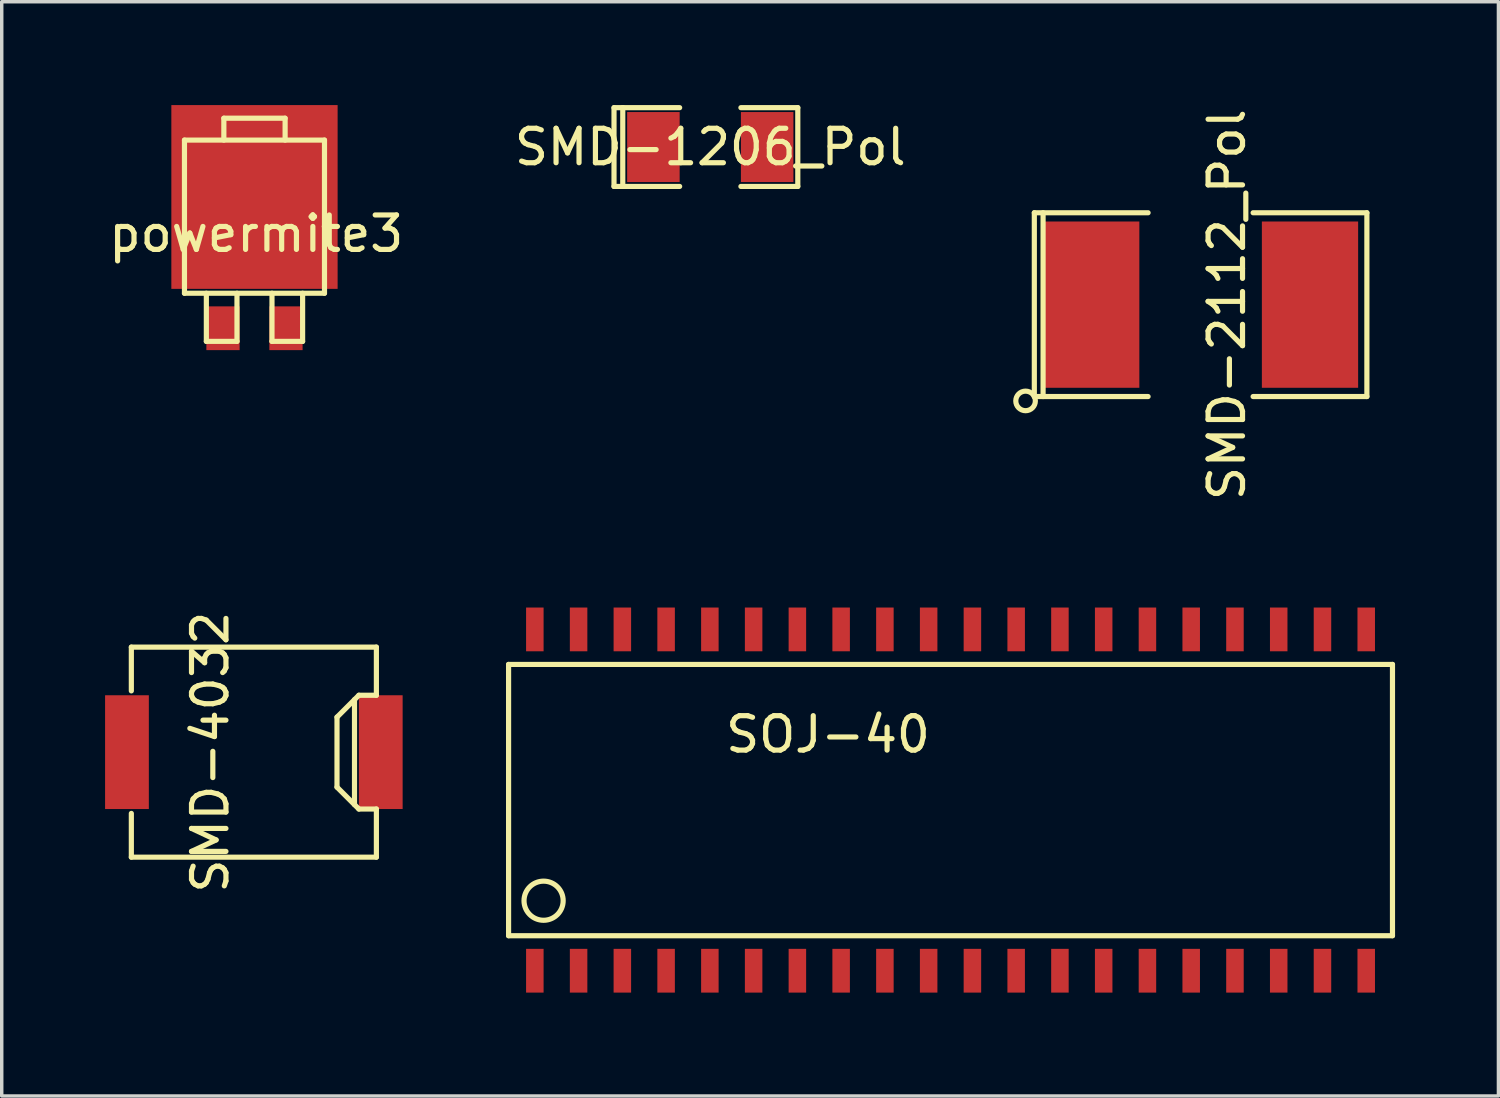
<source format=kicad_pcb>
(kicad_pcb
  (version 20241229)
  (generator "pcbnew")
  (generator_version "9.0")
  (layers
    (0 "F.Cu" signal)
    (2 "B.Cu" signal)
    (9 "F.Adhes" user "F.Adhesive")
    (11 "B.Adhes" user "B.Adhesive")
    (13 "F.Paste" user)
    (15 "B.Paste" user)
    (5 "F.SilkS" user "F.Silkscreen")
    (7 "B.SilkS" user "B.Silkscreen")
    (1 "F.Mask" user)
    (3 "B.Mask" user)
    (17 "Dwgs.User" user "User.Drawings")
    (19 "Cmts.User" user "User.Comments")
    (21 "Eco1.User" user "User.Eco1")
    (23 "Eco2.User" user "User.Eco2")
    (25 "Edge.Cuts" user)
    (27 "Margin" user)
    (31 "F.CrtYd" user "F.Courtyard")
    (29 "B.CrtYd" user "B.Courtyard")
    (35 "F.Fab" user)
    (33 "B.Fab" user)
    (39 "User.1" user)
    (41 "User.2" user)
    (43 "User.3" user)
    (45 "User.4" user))
  (footprint "SMD-2112_Pol"
    (layer "F.Cu")
    (at 31.796 5.792)
    (property "Reference" "SMD-2112_Pol" (at 0.762 0 90) (layer "F.SilkS") (effects (font (size 1 1) (thickness 0.15))))
    (attr smd)
    (fp_line (start -4.826 -2.667) (end -4.826 2.667) (stroke (width 0.15) (type solid)) (layer "F.SilkS"))
    (fp_line (start -4.572 -2.667) (end -4.572 2.667) (stroke (width 0.15) (type solid)) (layer "F.SilkS"))
    (fp_line (start -1.524 -2.667) (end -4.826 -2.667) (stroke (width 0.15) (type solid)) (layer "F.SilkS"))
    (fp_line (start -1.524 2.667) (end -4.826 2.667) (stroke (width 0.15) (type solid)) (layer "F.SilkS"))
    (fp_line (start 1.524 -2.667) (end 4.826 -2.667) (stroke (width 0.15) (type solid)) (layer "F.SilkS"))
    (fp_line (start 4.826 -2.667) (end 4.826 2.667) (stroke (width 0.15) (type solid)) (layer "F.SilkS"))
    (fp_line (start 4.826 2.667) (end 1.524 2.667) (stroke (width 0.15) (type solid)) (layer "F.SilkS"))
    (fp_circle (center -5.08 2.794) (end -4.826 2.667) (stroke (width 0.15) (type solid)) (fill no) (layer "F.SilkS"))
    (pad "1" smd rect (at -3.175 0) (size 2.794 4.826) (layers "F.Cu" "F.Mask" "F.Paste"))
    (pad "2" smd rect (at 3.175 0) (size 2.794 4.826) (layers "F.Cu" "F.Mask" "F.Paste")))
  (footprint "SMD-4032"
    (layer "F.Cu")
    (at 4.318 18.78)
    (property "Reference" "SMD-4032" (at -1.265 0 90) (layer "F.SilkS") (effects (font (size 1 1) (thickness 0.15))))
    (attr smd)
    (fp_line (start -3.556 -3.048) (end -3.556 -1.778) (stroke (width 0.15) (type solid)) (layer "F.SilkS"))
    (fp_line (start -3.556 -3.048) (end 3.556 -3.048) (stroke (width 0.15) (type solid)) (layer "F.SilkS"))
    (fp_line (start -3.556 3.048) (end -3.556 1.778) (stroke (width 0.15) (type solid)) (layer "F.SilkS"))
    (fp_line (start 2.413 1.016) (end 2.413 -1.016) (stroke (width 0.15) (type solid)) (layer "F.SilkS"))
    (fp_line (start 2.921 -1.524) (end 2.921 1.524) (stroke (width 0.15) (type solid)) (layer "F.SilkS"))
    (fp_line (start 3.048 -1.651) (end 2.413 -1.016) (stroke (width 0.15) (type solid)) (layer "F.SilkS"))
    (fp_line (start 3.048 1.651) (end 2.413 1.016) (stroke (width 0.15) (type solid)) (layer "F.SilkS"))
    (fp_line (start 3.556 -1.651) (end 3.048 -1.651) (stroke (width 0.15) (type solid)) (layer "F.SilkS"))
    (fp_line (start 3.556 -1.651) (end 3.556 -3.048) (stroke (width 0.15) (type solid)) (layer "F.SilkS"))
    (fp_line (start 3.556 1.651) (end 3.048 1.651) (stroke (width 0.15) (type solid)) (layer "F.SilkS"))
    (fp_line (start 3.556 3.048) (end -3.556 3.048) (stroke (width 0.15) (type solid)) (layer "F.SilkS"))
    (fp_line (start 3.556 3.048) (end 3.556 1.651) (stroke (width 0.15) (type solid)) (layer "F.SilkS"))
    (pad "1" smd rect (at -3.683 0) (size 1.27 3.302) (layers "F.Cu" "F.Mask" "F.Paste"))
    (pad "2" smd rect (at 3.683 0) (size 1.27 3.302) (layers "F.Cu" "F.Mask" "F.Paste")))
  (footprint "powermite3"
    (layer "F.Cu")
    (at 4.336 4.572)
    (property "Reference" "powermite3" (at 0.051 -0.838 0) (layer "F.SilkS") (effects (font (size 1 1) (thickness 0.15))))
    (attr smd)
    (fp_line (start -2.032 -3.556) (end -2.032 0.889) (stroke (width 0.15) (type solid)) (layer "F.SilkS"))
    (fp_line (start -2.032 0.889) (end 2.032 0.889) (stroke (width 0.15) (type solid)) (layer "F.SilkS"))
    (fp_line (start -1.397 2.286) (end -1.397 0.889) (stroke (width 0.15) (type solid)) (layer "F.SilkS"))
    (fp_line (start -1.397 2.286) (end -0.508 2.286) (stroke (width 0.15) (type solid)) (layer "F.SilkS"))
    (fp_line (start -0.889 -4.191) (end 0.889 -4.191) (stroke (width 0.15) (type solid)) (layer "F.SilkS"))
    (fp_line (start -0.889 -3.556) (end -0.889 -4.191) (stroke (width 0.15) (type solid)) (layer "F.SilkS"))
    (fp_line (start -0.508 2.286) (end -0.508 0.889) (stroke (width 0.15) (type solid)) (layer "F.SilkS"))
    (fp_line (start 0.508 2.286) (end 0.508 0.889) (stroke (width 0.15) (type solid)) (layer "F.SilkS"))
    (fp_line (start 0.508 2.286) (end 1.397 2.286) (stroke (width 0.15) (type solid)) (layer "F.SilkS"))
    (fp_line (start 0.889 -4.191) (end 0.889 -3.556) (stroke (width 0.15) (type solid)) (layer "F.SilkS"))
    (fp_line (start 1.397 2.286) (end 1.397 0.889) (stroke (width 0.15) (type solid)) (layer "F.SilkS"))
    (fp_line (start 2.032 -3.556) (end -2.032 -3.556) (stroke (width 0.15) (type solid)) (layer "F.SilkS"))
    (fp_line (start 2.032 0.889) (end 2.032 -3.556) (stroke (width 0.15) (type solid)) (layer "F.SilkS"))
    (pad "1" smd rect (at -0.914 1.905) (size 0.965 1.27) (layers "F.Cu" "F.Mask" "F.Paste"))
    (pad "2" smd rect (at 0 -1.905) (size 4.826 5.334) (layers "F.Cu" "F.Mask" "F.Paste"))
    (pad "3" smd rect (at 0.914 1.905) (size 0.965 1.27) (layers "F.Cu" "F.Mask" "F.Paste")))
  (footprint "SMD-1206_Pol"
    (layer "F.Cu")
    (at 17.565 1.218)
    (property "Reference" "SMD-1206_Pol" (at 0 0 0) (layer "F.SilkS") (effects (font (size 1 1) (thickness 0.15))))
    (attr smd)
    (fp_line (start -2.794 -1.143) (end -2.794 1.143) (stroke (width 0.15) (type solid)) (layer "F.SilkS"))
    (fp_line (start -2.794 1.143) (end -2.54 1.143) (stroke (width 0.15) (type solid)) (layer "F.SilkS"))
    (fp_line (start -2.54 -1.143) (end -2.794 -1.143) (stroke (width 0.15) (type solid)) (layer "F.SilkS"))
    (fp_line (start -2.54 -1.143) (end -2.54 1.143) (stroke (width 0.15) (type solid)) (layer "F.SilkS"))
    (fp_line (start -2.54 1.143) (end -0.889 1.143) (stroke (width 0.15) (type solid)) (layer "F.SilkS"))
    (fp_line (start -0.889 -1.143) (end -2.54 -1.143) (stroke (width 0.15) (type solid)) (layer "F.SilkS"))
    (fp_line (start 0.889 -1.143) (end 2.54 -1.143) (stroke (width 0.15) (type solid)) (layer "F.SilkS"))
    (fp_line (start 2.54 -1.143) (end 2.54 1.143) (stroke (width 0.15) (type solid)) (layer "F.SilkS"))
    (fp_line (start 2.54 1.143) (end 0.889 1.143) (stroke (width 0.15) (type solid)) (layer "F.SilkS"))
    (pad "1" smd rect (at -1.651 0) (size 1.524 2.032) (layers "F.Cu" "F.Mask" "F.Paste"))
    (pad "2" smd rect (at 1.651 0) (size 1.524 2.032) (layers "F.Cu" "F.Mask" "F.Paste")))
  (footprint "SOJ-40"
    (layer "F.Cu")
    (at 24.538 20.044)
    (property "Reference" "SOJ-40" (at -3.556 -1.778 0) (layer "F.SilkS") (effects (font (size 1 1) (thickness 0.15))))
    (attr smd)
    (fp_line (start -12.827 -3.81) (end 12.827 -3.81) (stroke (width 0.15) (type solid)) (layer "F.SilkS"))
    (fp_line (start -12.827 4.064) (end -12.827 -3.81) (stroke (width 0.15) (type solid)) (layer "F.SilkS"))
    (fp_line (start 12.827 -3.81) (end 12.827 4.064) (stroke (width 0.15) (type solid)) (layer "F.SilkS"))
    (fp_line (start 12.827 4.064) (end -12.827 4.064) (stroke (width 0.15) (type solid)) (layer "F.SilkS"))
    (fp_circle (center -11.811 3.048) (end -11.303 2.794) (stroke (width 0.15) (type solid)) (fill no) (layer "F.SilkS"))
    (pad "1" smd rect (at -12.065 5.08) (size 0.508 1.27) (layers "F.Cu" "F.Mask" "F.Paste"))
    (pad "2" smd rect (at -10.795 5.08) (size 0.508 1.27) (layers "F.Cu" "F.Mask" "F.Paste"))
    (pad "3" smd rect (at -9.525 5.08) (size 0.508 1.27) (layers "F.Cu" "F.Mask" "F.Paste"))
    (pad "4" smd rect (at -8.255 5.08) (size 0.508 1.27) (layers "F.Cu" "F.Mask" "F.Paste"))
    (pad "5" smd rect (at -6.985 5.08) (size 0.508 1.27) (layers "F.Cu" "F.Mask" "F.Paste"))
    (pad "6" smd rect (at -5.715 5.08) (size 0.508 1.27) (layers "F.Cu" "F.Mask" "F.Paste"))
    (pad "7" smd rect (at -4.445 5.08) (size 0.508 1.27) (layers "F.Cu" "F.Mask" "F.Paste"))
    (pad "8" smd rect (at -3.175 5.08) (size 0.508 1.27) (layers "F.Cu" "F.Mask" "F.Paste"))
    (pad "9" smd rect (at -1.905 5.08) (size 0.508 1.27) (layers "F.Cu" "F.Mask" "F.Paste"))
    (pad "10" smd rect (at -0.635 5.08) (size 0.508 1.27) (layers "F.Cu" "F.Mask" "F.Paste"))
    (pad "11" smd rect (at 0.635 5.08) (size 0.508 1.27) (layers "F.Cu" "F.Mask" "F.Paste"))
    (pad "12" smd rect (at 1.905 5.08) (size 0.508 1.27) (layers "F.Cu" "F.Mask" "F.Paste"))
    (pad "13" smd rect (at 3.175 5.08) (size 0.508 1.27) (layers "F.Cu" "F.Mask" "F.Paste"))
    (pad "14" smd rect (at 4.445 5.08) (size 0.508 1.27) (layers "F.Cu" "F.Mask" "F.Paste"))
    (pad "15" smd rect (at 5.715 5.08) (size 0.508 1.27) (layers "F.Cu" "F.Mask" "F.Paste"))
    (pad "16" smd rect (at 6.985 5.08) (size 0.508 1.27) (layers "F.Cu" "F.Mask" "F.Paste"))
    (pad "17" smd rect (at 8.255 5.08) (size 0.508 1.27) (layers "F.Cu" "F.Mask" "F.Paste"))
    (pad "18" smd rect (at 9.525 5.08) (size 0.508 1.27) (layers "F.Cu" "F.Mask" "F.Paste"))
    (pad "19" smd rect (at 10.795 5.08) (size 0.508 1.27) (layers "F.Cu" "F.Mask" "F.Paste"))
    (pad "20" smd rect (at 12.065 5.08) (size 0.508 1.27) (layers "F.Cu" "F.Mask" "F.Paste"))
    (pad "21" smd rect (at 12.065 -4.826) (size 0.508 1.27) (layers "F.Cu" "F.Mask" "F.Paste"))
    (pad "22" smd rect (at 10.795 -4.826) (size 0.508 1.27) (layers "F.Cu" "F.Mask" "F.Paste"))
    (pad "23" smd rect (at 9.525 -4.826) (size 0.508 1.27) (layers "F.Cu" "F.Mask" "F.Paste"))
    (pad "24" smd rect (at 8.255 -4.826) (size 0.508 1.27) (layers "F.Cu" "F.Mask" "F.Paste"))
    (pad "25" smd rect (at 6.985 -4.826) (size 0.508 1.27) (layers "F.Cu" "F.Mask" "F.Paste"))
    (pad "26" smd rect (at 5.715 -4.826) (size 0.508 1.27) (layers "F.Cu" "F.Mask" "F.Paste"))
    (pad "27" smd rect (at 4.445 -4.826) (size 0.508 1.27) (layers "F.Cu" "F.Mask" "F.Paste"))
    (pad "28" smd rect (at 3.175 -4.826) (size 0.508 1.27) (layers "F.Cu" "F.Mask" "F.Paste"))
    (pad "29" smd rect (at 1.905 -4.826) (size 0.508 1.27) (layers "F.Cu" "F.Mask" "F.Paste"))
    (pad "30" smd rect (at 0.635 -4.826) (size 0.508 1.27) (layers "F.Cu" "F.Mask" "F.Paste"))
    (pad "31" smd rect (at -0.635 -4.826) (size 0.508 1.27) (layers "F.Cu" "F.Mask" "F.Paste"))
    (pad "32" smd rect (at -1.905 -4.826) (size 0.508 1.27) (layers "F.Cu" "F.Mask" "F.Paste"))
    (pad "33" smd rect (at -3.175 -4.826) (size 0.508 1.27) (layers "F.Cu" "F.Mask" "F.Paste"))
    (pad "34" smd rect (at -4.445 -4.826) (size 0.508 1.27) (layers "F.Cu" "F.Mask" "F.Paste"))
    (pad "35" smd rect (at -5.715 -4.826) (size 0.508 1.27) (layers "F.Cu" "F.Mask" "F.Paste"))
    (pad "36" smd rect (at -6.985 -4.826) (size 0.508 1.27) (layers "F.Cu" "F.Mask" "F.Paste"))
    (pad "37" smd rect (at -8.255 -4.826) (size 0.508 1.27) (layers "F.Cu" "F.Mask" "F.Paste"))
    (pad "38" smd rect (at -9.525 -4.826) (size 0.508 1.27) (layers "F.Cu" "F.Mask" "F.Paste"))
    (pad "39" smd rect (at -10.795 -4.826) (size 0.508 1.27) (layers "F.Cu" "F.Mask" "F.Paste"))
    (pad "40" smd rect (at -12.065 -4.826) (size 0.508 1.27) (layers "F.Cu" "F.Mask" "F.Paste")))
  (gr_rect
    (start -3 -3)
    (end 40.44 28.759)
    (stroke (width 0.1) (type default))
    (fill no)
    (layer "Edge.Cuts")))
</source>
